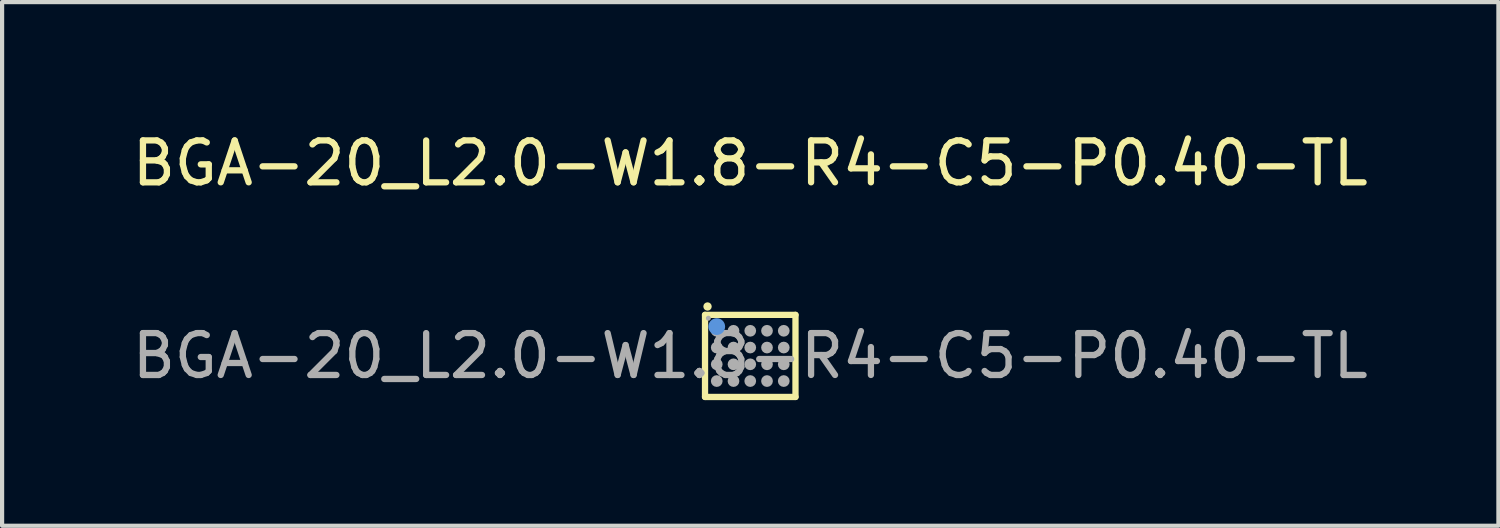
<source format=kicad_pcb>
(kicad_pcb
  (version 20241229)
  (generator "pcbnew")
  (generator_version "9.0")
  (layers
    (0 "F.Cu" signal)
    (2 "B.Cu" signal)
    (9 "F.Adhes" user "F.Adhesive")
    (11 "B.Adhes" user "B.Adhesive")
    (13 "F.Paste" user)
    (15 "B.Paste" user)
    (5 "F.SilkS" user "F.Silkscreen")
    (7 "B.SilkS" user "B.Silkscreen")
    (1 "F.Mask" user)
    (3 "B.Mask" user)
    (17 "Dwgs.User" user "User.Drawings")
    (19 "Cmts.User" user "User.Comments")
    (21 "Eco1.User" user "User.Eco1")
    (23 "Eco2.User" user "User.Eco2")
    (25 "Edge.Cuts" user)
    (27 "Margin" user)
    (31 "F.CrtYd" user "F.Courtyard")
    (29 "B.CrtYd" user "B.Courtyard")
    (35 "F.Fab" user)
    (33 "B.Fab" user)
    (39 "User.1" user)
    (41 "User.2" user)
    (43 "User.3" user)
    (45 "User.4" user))
  (footprint "BGA-20_L2.0-W1.8-R4-C5-P0.40-TL"
    (layer "F.Cu")
    (at 14.863 5.448)
    (property "Reference" "BGA-20_L2.0-W1.8-R4-C5-P0.40-TL" (at 0 -4.6 0) (layer "F.SilkS") (effects (font (size 1 1) (thickness 0.15))))
    (attr smd)
    (fp_line (start -1.08 -0.98) (end 1.08 -0.98) (stroke (width 0.15) (type solid)) (layer "F.SilkS"))
    (fp_line (start -1.08 0.98) (end -1.08 -0.98) (stroke (width 0.15) (type solid)) (layer "F.SilkS"))
    (fp_line (start 1.08 -0.98) (end 1.08 0.98) (stroke (width 0.15) (type solid)) (layer "F.SilkS"))
    (fp_line (start 1.08 0.98) (end -1.08 0.98) (stroke (width 0.15) (type solid)) (layer "F.SilkS"))
    (fp_circle (center -1.02 -1.18) (end -0.97 -1.18) (stroke (width 0.1) (type solid)) (fill no) (layer "F.SilkS"))
    (fp_circle (center -0.8 -0.7) (end -0.7 -0.7) (stroke (width 0.2) (type solid)) (fill no) (layer "Cmts.User"))
    (fp_circle (center -1 -0.9) (end -0.97 -0.9) (stroke (width 0.06) (type solid)) (fill no) (layer "F.Fab"))
    (fp_circle (center -0.8 -0.6) (end -0.73 -0.6) (stroke (width 0.14) (type solid)) (fill no) (layer "F.Fab"))
    (fp_circle (center -0.8 -0.2) (end -0.73 -0.2) (stroke (width 0.14) (type solid)) (fill no) (layer "F.Fab"))
    (fp_circle (center -0.8 0.2) (end -0.73 0.2) (stroke (width 0.14) (type solid)) (fill no) (layer "F.Fab"))
    (fp_circle (center -0.8 0.6) (end -0.73 0.6) (stroke (width 0.14) (type solid)) (fill no) (layer "F.Fab"))
    (fp_circle (center -0.4 -0.6) (end -0.33 -0.6) (stroke (width 0.14) (type solid)) (fill no) (layer "F.Fab"))
    (fp_circle (center -0.4 -0.2) (end -0.33 -0.2) (stroke (width 0.14) (type solid)) (fill no) (layer "F.Fab"))
    (fp_circle (center -0.4 0.2) (end -0.33 0.2) (stroke (width 0.14) (type solid)) (fill no) (layer "F.Fab"))
    (fp_circle (center -0.4 0.6) (end -0.33 0.6) (stroke (width 0.14) (type solid)) (fill no) (layer "F.Fab"))
    (fp_circle (center 0 -0.6) (end 0.07 -0.6) (stroke (width 0.14) (type solid)) (fill no) (layer "F.Fab"))
    (fp_circle (center 0 -0.2) (end 0.07 -0.2) (stroke (width 0.14) (type solid)) (fill no) (layer "F.Fab"))
    (fp_circle (center 0 0.2) (end 0.07 0.2) (stroke (width 0.14) (type solid)) (fill no) (layer "F.Fab"))
    (fp_circle (center 0 0.6) (end 0.07 0.6) (stroke (width 0.14) (type solid)) (fill no) (layer "F.Fab"))
    (fp_circle (center 0.4 -0.6) (end 0.47 -0.6) (stroke (width 0.14) (type solid)) (fill no) (layer "F.Fab"))
    (fp_circle (center 0.4 -0.2) (end 0.47 -0.2) (stroke (width 0.14) (type solid)) (fill no) (layer "F.Fab"))
    (fp_circle (center 0.4 0.2) (end 0.47 0.2) (stroke (width 0.14) (type solid)) (fill no) (layer "F.Fab"))
    (fp_circle (center 0.4 0.6) (end 0.47 0.6) (stroke (width 0.14) (type solid)) (fill no) (layer "F.Fab"))
    (fp_circle (center 0.8 -0.6) (end 0.87 -0.6) (stroke (width 0.14) (type solid)) (fill no) (layer "F.Fab"))
    (fp_circle (center 0.8 -0.2) (end 0.87 -0.2) (stroke (width 0.14) (type solid)) (fill no) (layer "F.Fab"))
    (fp_circle (center 0.8 0.2) (end 0.87 0.2) (stroke (width 0.14) (type solid)) (fill no) (layer "F.Fab"))
    (fp_circle (center 0.8 0.6) (end 0.87 0.6) (stroke (width 0.14) (type solid)) (fill no) (layer "F.Fab"))
    (fp_text user "${REFERENCE}" (at 0 0 0) (layer "F.Fab") (effects (font (size 1 1) (thickness 0.15))))
    (pad "A1" smd circle (at -0.8 -0.6) (size 0.2 0.2) (layers "F.Cu" "F.Mask" "F.Paste"))
    (pad "A2" smd circle (at -0.4 -0.6) (size 0.2 0.2) (layers "F.Cu" "F.Mask" "F.Paste"))
    (pad "A3" smd circle (at 0 -0.6) (size 0.2 0.2) (layers "F.Cu" "F.Mask" "F.Paste"))
    (pad "A4" smd circle (at 0.4 -0.6) (size 0.2 0.2) (layers "F.Cu" "F.Mask" "F.Paste"))
    (pad "A5" smd circle (at 0.8 -0.6) (size 0.2 0.2) (layers "F.Cu" "F.Mask" "F.Paste"))
    (pad "B1" smd circle (at -0.8 -0.2) (size 0.2 0.2) (layers "F.Cu" "F.Mask" "F.Paste"))
    (pad "B2" smd circle (at -0.4 -0.2) (size 0.2 0.2) (layers "F.Cu" "F.Mask" "F.Paste"))
    (pad "B3" smd circle (at 0 -0.2) (size 0.2 0.2) (layers "F.Cu" "F.Mask" "F.Paste"))
    (pad "B4" smd circle (at 0.4 -0.2) (size 0.2 0.2) (layers "F.Cu" "F.Mask" "F.Paste"))
    (pad "B5" smd circle (at 0.8 -0.2) (size 0.2 0.2) (layers "F.Cu" "F.Mask" "F.Paste"))
    (pad "C1" smd circle (at -0.8 0.2) (size 0.2 0.2) (layers "F.Cu" "F.Mask" "F.Paste"))
    (pad "C2" smd circle (at -0.4 0.2) (size 0.2 0.2) (layers "F.Cu" "F.Mask" "F.Paste"))
    (pad "C3" smd circle (at 0 0.2) (size 0.2 0.2) (layers "F.Cu" "F.Mask" "F.Paste"))
    (pad "C4" smd circle (at 0.4 0.2) (size 0.2 0.2) (layers "F.Cu" "F.Mask" "F.Paste"))
    (pad "C5" smd circle (at 0.8 0.2) (size 0.2 0.2) (layers "F.Cu" "F.Mask" "F.Paste"))
    (pad "D1" smd circle (at -0.8 0.6) (size 0.2 0.2) (layers "F.Cu" "F.Mask" "F.Paste"))
    (pad "D2" smd circle (at -0.4 0.6) (size 0.2 0.2) (layers "F.Cu" "F.Mask" "F.Paste"))
    (pad "D3" smd circle (at 0 0.6) (size 0.2 0.2) (layers "F.Cu" "F.Mask" "F.Paste"))
    (pad "D4" smd circle (at 0.4 0.6) (size 0.2 0.2) (layers "F.Cu" "F.Mask" "F.Paste"))
    (pad "D5" smd circle (at 0.8 0.6) (size 0.2 0.2) (layers "F.Cu" "F.Mask" "F.Paste")))
  (gr_rect
    (start -3 -3)
    (end 32.726 9.503)
    (stroke (width 0.1) (type default))
    (fill no)
    (layer "Edge.Cuts")))
</source>
